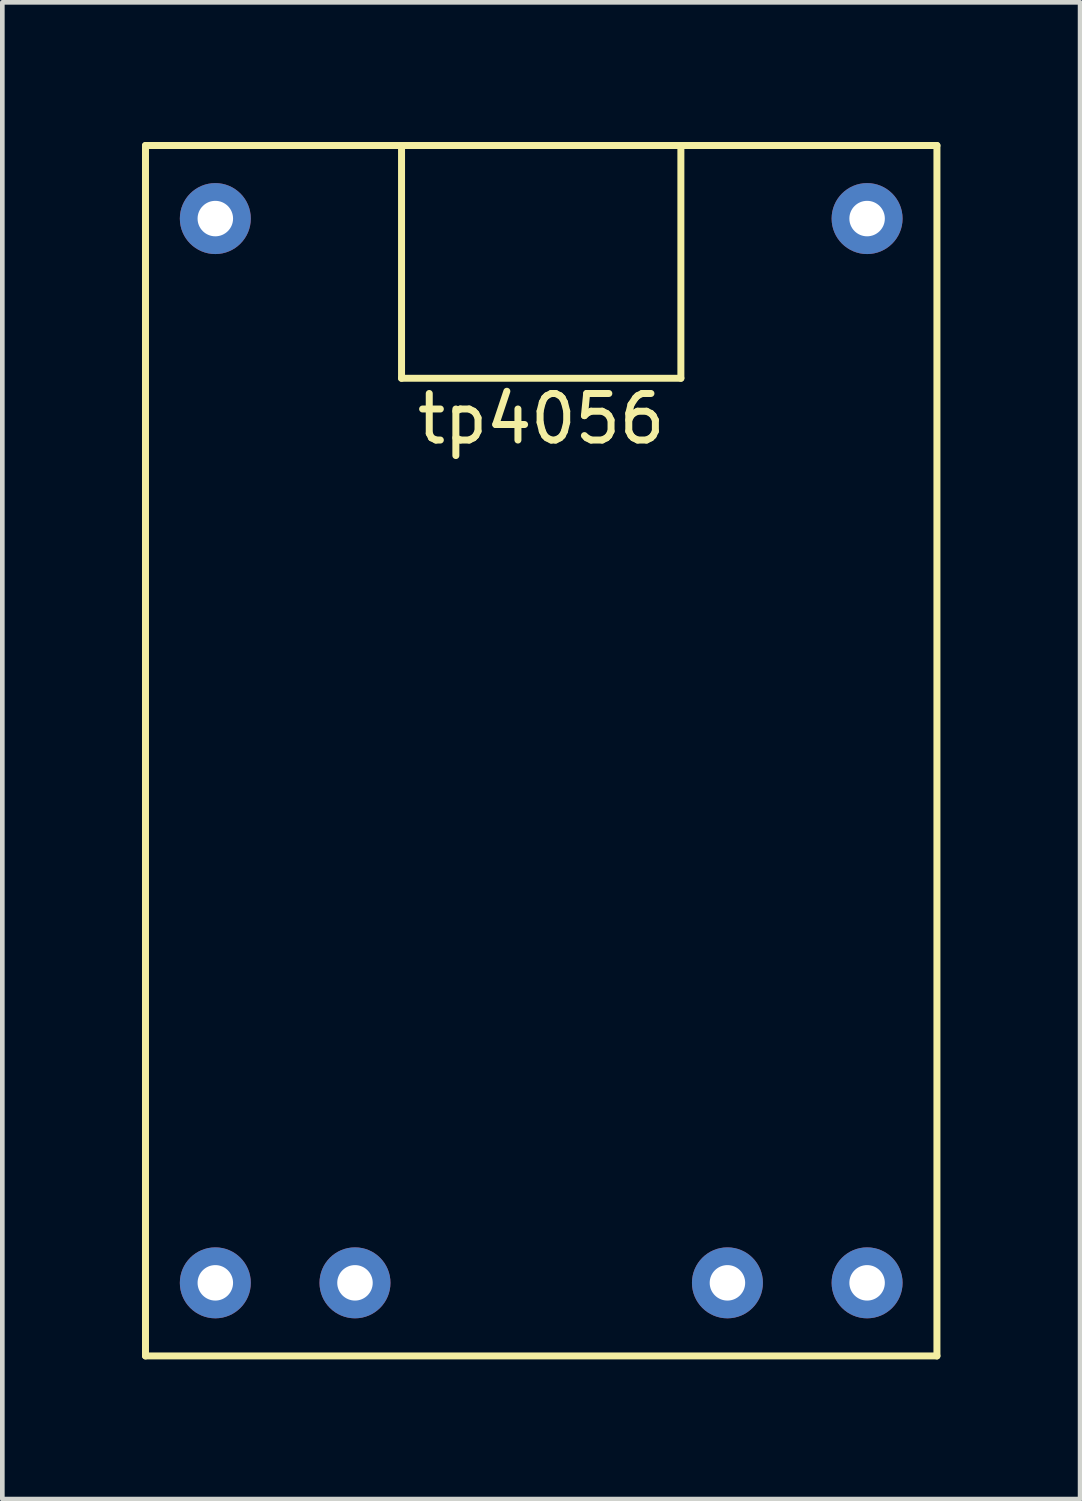
<source format=kicad_pcb>
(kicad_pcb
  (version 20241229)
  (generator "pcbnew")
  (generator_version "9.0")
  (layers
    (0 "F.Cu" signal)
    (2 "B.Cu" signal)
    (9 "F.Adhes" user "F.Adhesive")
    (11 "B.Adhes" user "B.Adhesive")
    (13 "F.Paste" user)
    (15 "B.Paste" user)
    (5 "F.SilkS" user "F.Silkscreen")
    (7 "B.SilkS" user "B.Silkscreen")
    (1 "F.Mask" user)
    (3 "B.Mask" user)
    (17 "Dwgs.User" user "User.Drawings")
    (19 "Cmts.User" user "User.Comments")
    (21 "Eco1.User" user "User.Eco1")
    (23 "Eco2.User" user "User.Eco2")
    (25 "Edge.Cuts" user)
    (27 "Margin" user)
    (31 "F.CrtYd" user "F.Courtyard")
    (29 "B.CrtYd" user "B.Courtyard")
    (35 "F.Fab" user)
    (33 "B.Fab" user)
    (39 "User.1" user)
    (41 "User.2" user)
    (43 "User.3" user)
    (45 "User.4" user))
  (footprint "tp4056"
    (layer "F.Cu")
    (at 8.575 13.075)
    (property "Reference" "tp4056" (at 0 -7.128 0) (layer "F.SilkS") (effects (font (size 1 1) (thickness 0.15))))
    (attr through_hole)
    (fp_line (start -8.5 -13) (end -8.5 13) (stroke (width 0.15) (type solid)) (layer "F.SilkS"))
    (fp_line (start -8.5 13) (end 8.5 13) (stroke (width 0.15) (type solid)) (layer "F.SilkS"))
    (fp_line (start -3 -13) (end -3 -8) (stroke (width 0.15) (type solid)) (layer "F.SilkS"))
    (fp_line (start -3 -8) (end 3 -8) (stroke (width 0.15) (type solid)) (layer "F.SilkS"))
    (fp_line (start 3 -8) (end 3 -13) (stroke (width 0.15) (type solid)) (layer "F.SilkS"))
    (fp_line (start 8.5 -13) (end -8.5 -13) (stroke (width 0.15) (type solid)) (layer "F.SilkS"))
    (fp_line (start 8.5 13) (end 8.5 -13) (stroke (width 0.15) (type solid)) (layer "F.SilkS"))
    (pad "1" thru_hole circle (at 7 11.43) (size 1.524 1.524) (drill 0.762) (layers "*.Cu" "*.Mask"))
    (pad "2" thru_hole circle (at -7 11.43) (size 1.524 1.524) (drill 0.762) (layers "*.Cu" "*.Mask"))
    (pad "3" thru_hole circle (at 7 -11.43) (size 1.524 1.524) (drill 0.762) (layers "*.Cu" "*.Mask"))
    (pad "4" thru_hole circle (at -7 -11.43) (size 1.524 1.524) (drill 0.762) (layers "*.Cu" "*.Mask"))
    (pad "5" thru_hole circle (at 4 11.43) (size 1.524 1.524) (drill 0.762) (layers "*.Cu" "*.Mask"))
    (pad "6" thru_hole circle (at -4 11.43) (size 1.524 1.524) (drill 0.762) (layers "*.Cu" "*.Mask")))
  (gr_rect
    (start -3 -3)
    (end 20.15 29.15)
    (stroke (width 0.1) (type default))
    (fill no)
    (layer "Edge.Cuts")))
</source>
